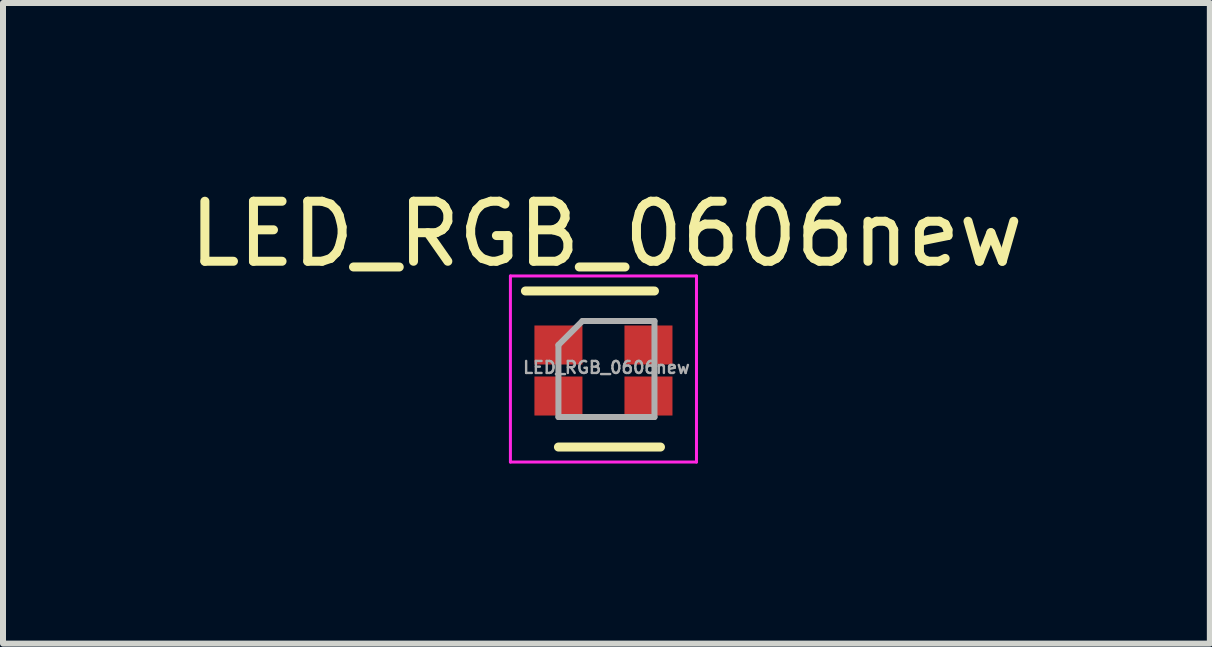
<source format=kicad_pcb>
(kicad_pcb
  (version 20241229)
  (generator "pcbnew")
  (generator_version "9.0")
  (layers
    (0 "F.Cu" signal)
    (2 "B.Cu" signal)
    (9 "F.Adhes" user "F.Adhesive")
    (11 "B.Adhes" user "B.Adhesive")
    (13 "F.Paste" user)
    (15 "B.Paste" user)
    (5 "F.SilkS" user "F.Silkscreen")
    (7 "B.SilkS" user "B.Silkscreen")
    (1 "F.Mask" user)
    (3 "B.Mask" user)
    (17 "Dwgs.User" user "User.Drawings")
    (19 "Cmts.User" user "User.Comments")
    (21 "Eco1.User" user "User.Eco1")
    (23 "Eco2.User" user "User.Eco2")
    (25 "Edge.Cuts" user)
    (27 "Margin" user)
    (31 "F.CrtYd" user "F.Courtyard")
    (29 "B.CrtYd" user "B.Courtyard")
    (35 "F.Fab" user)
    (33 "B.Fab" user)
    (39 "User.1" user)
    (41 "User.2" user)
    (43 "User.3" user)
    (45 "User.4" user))
  (footprint "LED_RGB_0606new"
    (layer "F.Cu")
    (at 7.054 3.098)
    (property "Reference" "LED_RGB_0606new" (at 0 -2.25 0) (layer "F.SilkS") (effects (font (size 1 1) (thickness 0.15))))
    (attr smd)
    (fp_line (start -1.35 -1.3) (end 0.8 -1.3) (stroke (width 0.15) (type solid)) (layer "F.SilkS"))
    (fp_line (start 0.9 1.3) (end -0.8 1.3) (stroke (width 0.15) (type solid)) (layer "F.SilkS"))
    (fp_line (start -1.6 -1.55) (end 1.5 -1.55) (stroke (width 0.05) (type solid)) (layer "F.CrtYd"))
    (fp_line (start -1.6 1.55) (end -1.6 -1.55) (stroke (width 0.05) (type solid)) (layer "F.CrtYd"))
    (fp_line (start 1.5 -1.55) (end 1.5 1.55) (stroke (width 0.05) (type solid)) (layer "F.CrtYd"))
    (fp_line (start 1.5 1.55) (end -1.6 1.55) (stroke (width 0.05) (type solid)) (layer "F.CrtYd"))
    (fp_line (start -0.8 -0.4) (end -0.8 0.8) (stroke (width 0.1) (type solid)) (layer "F.Fab"))
    (fp_line (start -0.4 -0.8) (end -0.8 -0.4) (stroke (width 0.1) (type solid)) (layer "F.Fab"))
    (fp_line (start 0.8 -0.8) (end -0.4 -0.8) (stroke (width 0.1) (type solid)) (layer "F.Fab"))
    (fp_line (start 0.8 0.8) (end -0.8 0.8) (stroke (width 0.1) (type solid)) (layer "F.Fab"))
    (fp_line (start 0.8 0.8) (end 0.8 -0.8) (stroke (width 0.1) (type solid)) (layer "F.Fab"))
    (fp_text user "${REFERENCE}" (at 0 -0.025 0) (layer "F.Fab") (effects (font (size 0.2 0.2) (thickness 0.04))))
    (pad "1" smd rect (at -0.8 -0.4) (size 0.8 0.65) (layers "F.Cu" "F.Mask" "F.Paste"))
    (pad "2" smd rect (at 0.7 -0.4) (size 0.8 0.65) (layers "F.Cu" "F.Mask" "F.Paste"))
    (pad "3" smd rect (at -0.8 0.45) (size 0.8 0.65) (layers "F.Cu" "F.Mask" "F.Paste"))
    (pad "4" smd rect (at 0.7 0.45) (size 0.8 0.65) (layers "F.Cu" "F.Mask" "F.Paste")))
  (gr_rect
    (start -3 -3)
    (end 17.107 7.673)
    (stroke (width 0.1) (type default))
    (fill no)
    (layer "Edge.Cuts")))
</source>
